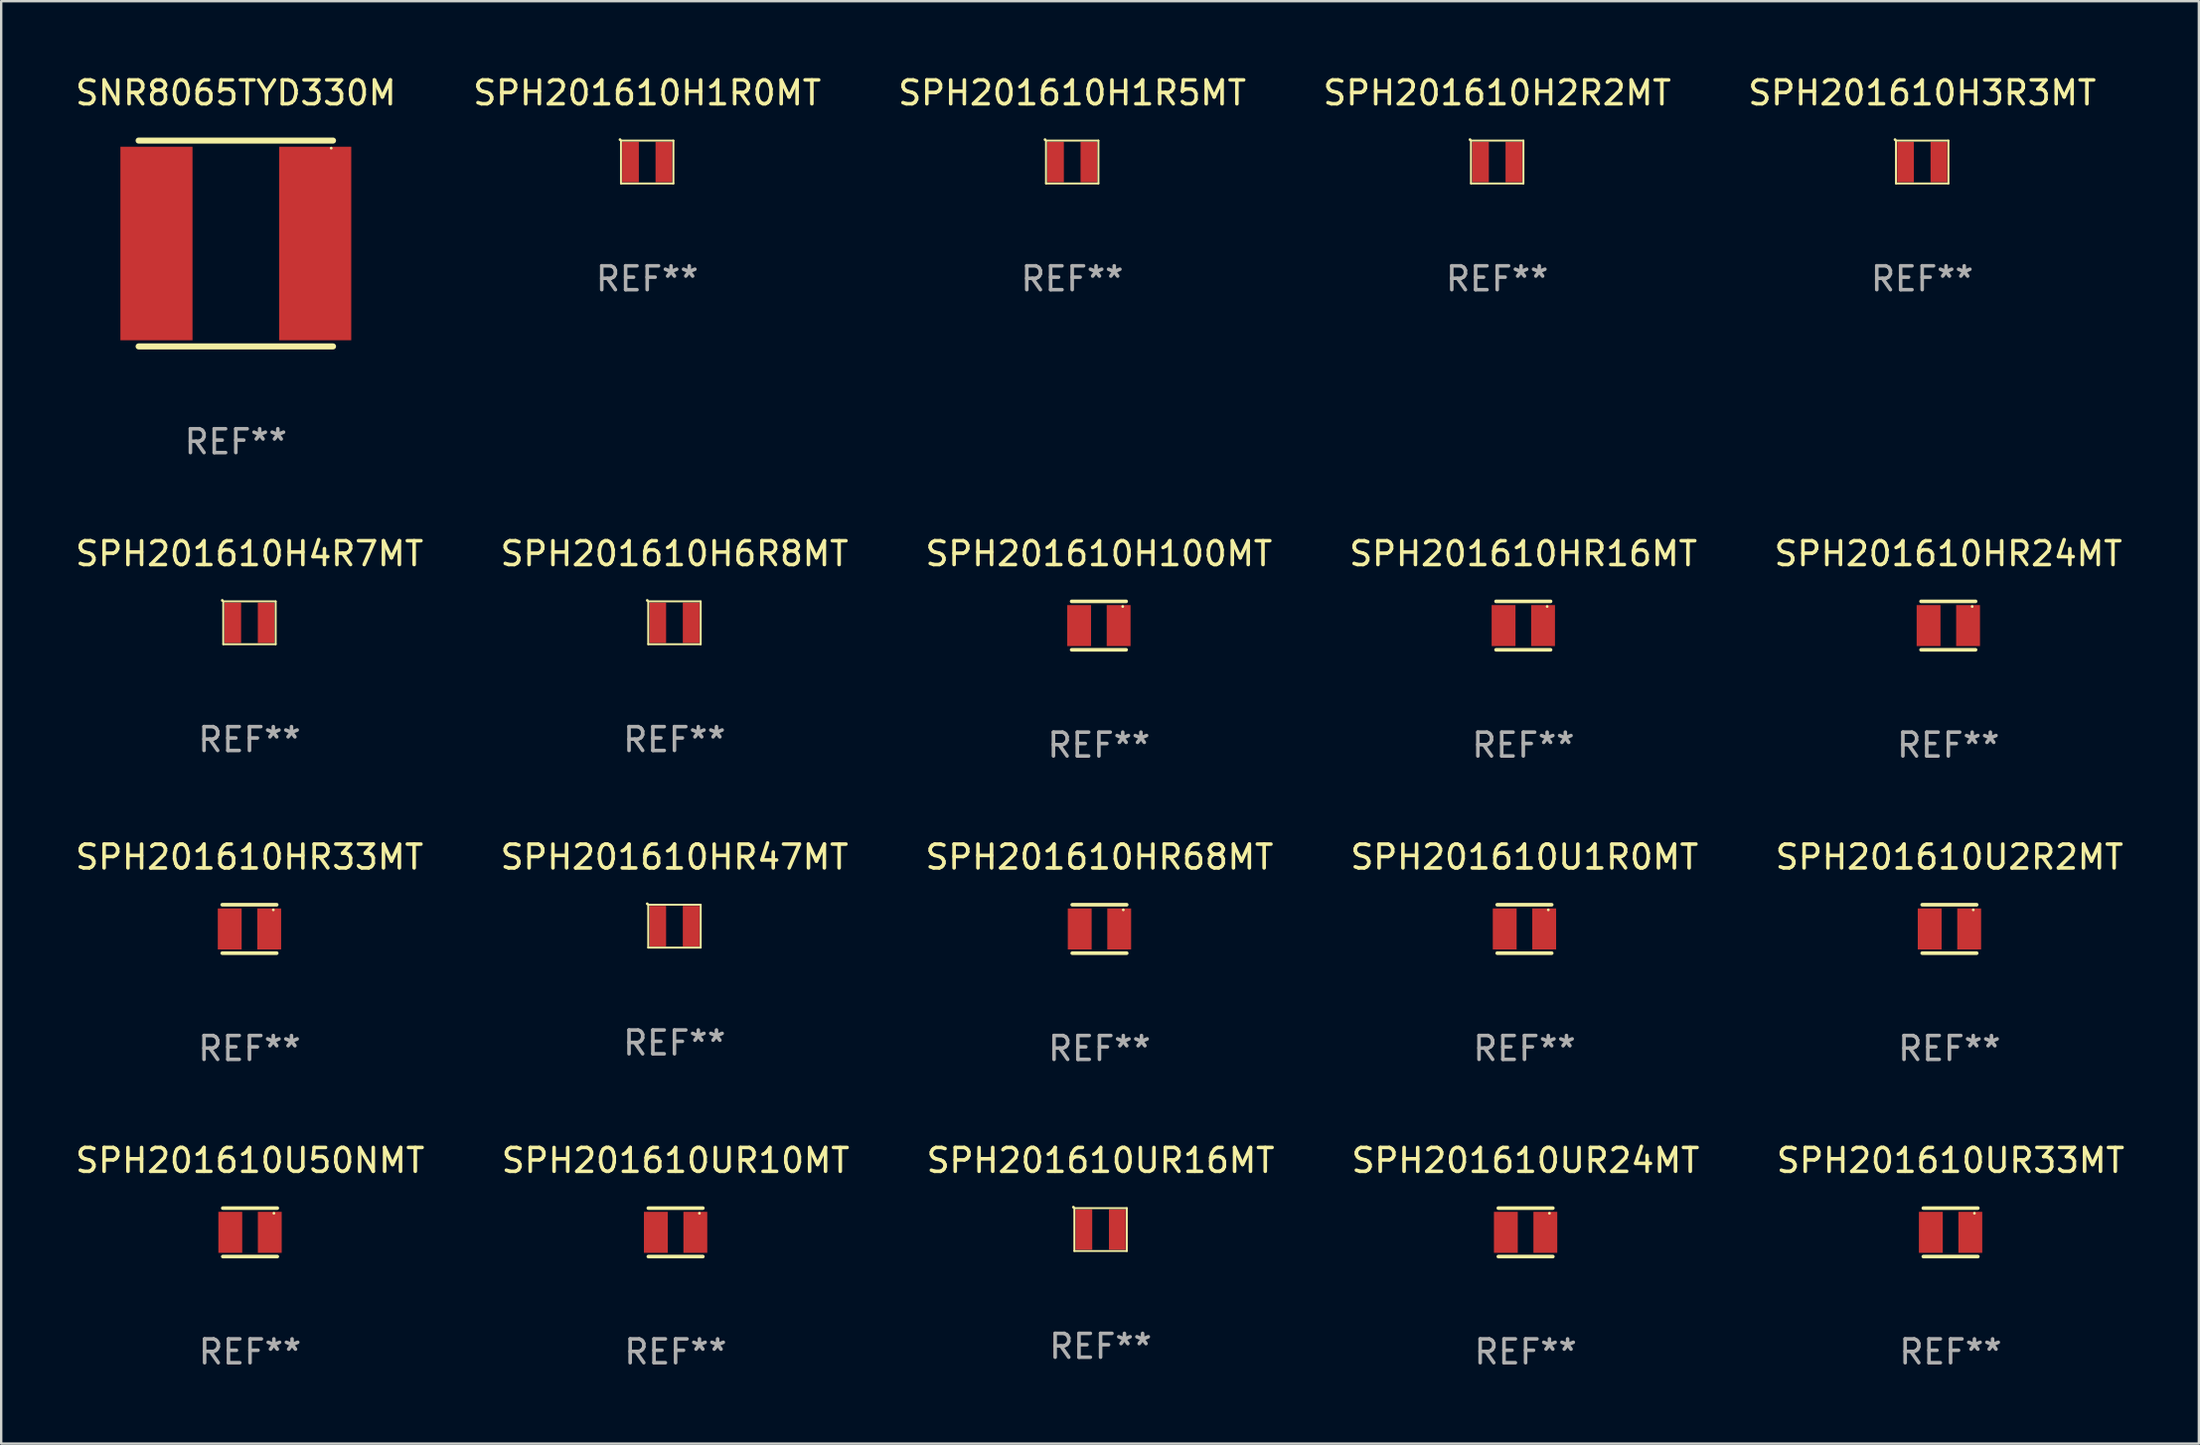
<source format=kicad_pcb>
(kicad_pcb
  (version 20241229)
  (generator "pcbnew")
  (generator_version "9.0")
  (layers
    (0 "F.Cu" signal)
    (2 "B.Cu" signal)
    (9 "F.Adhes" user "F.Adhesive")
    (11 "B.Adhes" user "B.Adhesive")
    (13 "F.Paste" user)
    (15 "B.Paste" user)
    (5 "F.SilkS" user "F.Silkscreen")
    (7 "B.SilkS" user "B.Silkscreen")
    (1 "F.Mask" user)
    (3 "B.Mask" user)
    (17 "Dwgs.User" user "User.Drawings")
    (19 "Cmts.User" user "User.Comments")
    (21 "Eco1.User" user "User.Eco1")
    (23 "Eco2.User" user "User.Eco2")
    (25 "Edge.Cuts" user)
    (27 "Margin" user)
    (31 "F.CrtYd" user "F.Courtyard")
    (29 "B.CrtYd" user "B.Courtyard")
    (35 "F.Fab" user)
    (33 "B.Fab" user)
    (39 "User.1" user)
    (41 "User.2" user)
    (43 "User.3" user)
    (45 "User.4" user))
  (footprint "SPH201610UR33MT"
    (layer "F.Cu")
    (at 78.744 48.654)
    (property "Reference" "SPH201610UR33MT" (at 0 -3.016 0) (layer "F.SilkS") (effects (font (size 1 1) (thickness 0.15))))
    (attr through_hole)
    (fp_line (start -1.143 -1.016) (end 1.143 -1.016) (stroke (width 0.152) (type solid)) (layer "F.SilkS"))
    (fp_line (start 1.143 1.016) (end -1.143 1.016) (stroke (width 0.152) (type solid)) (layer "F.SilkS"))
    (fp_circle (center 1 -0.8) (end 1.03 -0.8) (stroke (width 0.06) (type solid)) (fill no) (layer "F.SilkS"))
    (fp_text user "REF**" (at 0 5.016 0) (layer "F.Fab") (effects (font (size 1 1) (thickness 0.15))))
    (pad "1" smd rect (at 0.828 0) (size 1 1.72) (layers "F.Cu" "F.Mask" "F.Paste"))
    (pad "2" smd rect (at -0.828 0) (size 1 1.72) (layers "F.Cu" "F.Mask" "F.Paste")))
  (footprint "SPH201610H3R3MT"
    (layer "F.Cu")
    (at 77.554 3.748)
    (property "Reference" "SPH201610H3R3MT" (at 0 -2.9 0) (layer "F.SilkS") (effects (font (size 1 1) (thickness 0.15))))
    (attr through_hole)
    (fp_line (start -1.1 -0.9) (end 1.1 -0.9) (stroke (width 0.08) (type solid)) (layer "F.SilkS"))
    (fp_line (start -1.1 0.9) (end -1.1 -0.9) (stroke (width 0.08) (type solid)) (layer "F.SilkS"))
    (fp_line (start 1.1 -0.9) (end 1.1 0.9) (stroke (width 0.08) (type solid)) (layer "F.SilkS"))
    (fp_line (start 1.1 0.9) (end -1.1 0.9) (stroke (width 0.08) (type solid)) (layer "F.SilkS"))
    (fp_circle (center -1.14 -0.94) (end -1.11 -0.94) (stroke (width 0.06) (type solid)) (fill no) (layer "F.SilkS"))
    (fp_text user "REF**" (at 0 4.9 0) (layer "F.Fab") (effects (font (size 1 1) (thickness 0.15))))
    (pad "1" smd rect (at -0.7 0) (size 0.7 1.7) (layers "F.Cu" "F.Mask" "F.Paste"))
    (pad "2" smd rect (at 0.7 0.000254) (size 0.7 1.7) (layers "F.Cu" "F.Mask" "F.Paste")))
  (footprint "SPH201610HR68MT"
    (layer "F.Cu")
    (at 43.054 35.925)
    (property "Reference" "SPH201610HR68MT" (at 0 -3.016 0) (layer "F.SilkS") (effects (font (size 1 1) (thickness 0.15))))
    (attr through_hole)
    (fp_line (start -1.143 -1.016) (end 1.143 -1.016) (stroke (width 0.152) (type solid)) (layer "F.SilkS"))
    (fp_line (start 1.143 1.016) (end -1.143 1.016) (stroke (width 0.152) (type solid)) (layer "F.SilkS"))
    (fp_circle (center 1 -0.8) (end 1.03 -0.8) (stroke (width 0.06) (type solid)) (fill no) (layer "F.SilkS"))
    (fp_text user "REF**" (at 0 5.016 0) (layer "F.Fab") (effects (font (size 1 1) (thickness 0.15))))
    (pad "1" smd rect (at 0.828 0) (size 1 1.72) (layers "F.Cu" "F.Mask" "F.Paste"))
    (pad "2" smd rect (at -0.828 0) (size 1 1.72) (layers "F.Cu" "F.Mask" "F.Paste")))
  (footprint "SPH201610H1R5MT"
    (layer "F.Cu")
    (at 41.911 3.748)
    (property "Reference" "SPH201610H1R5MT" (at 0 -2.9 0) (layer "F.SilkS") (effects (font (size 1 1) (thickness 0.15))))
    (attr through_hole)
    (fp_line (start -1.1 -0.9) (end 1.1 -0.9) (stroke (width 0.08) (type solid)) (layer "F.SilkS"))
    (fp_line (start -1.1 0.9) (end -1.1 -0.9) (stroke (width 0.08) (type solid)) (layer "F.SilkS"))
    (fp_line (start 1.1 -0.9) (end 1.1 0.9) (stroke (width 0.08) (type solid)) (layer "F.SilkS"))
    (fp_line (start 1.1 0.9) (end -1.1 0.9) (stroke (width 0.08) (type solid)) (layer "F.SilkS"))
    (fp_circle (center -1.14 -0.94) (end -1.11 -0.94) (stroke (width 0.06) (type solid)) (fill no) (layer "F.SilkS"))
    (fp_text user "REF**" (at 0 4.9 0) (layer "F.Fab") (effects (font (size 1 1) (thickness 0.15))))
    (pad "1" smd rect (at -0.7 0) (size 0.7 1.7) (layers "F.Cu" "F.Mask" "F.Paste"))
    (pad "2" smd rect (at 0.7 0.000254) (size 0.7 1.7) (layers "F.Cu" "F.Mask" "F.Paste")))
  (footprint "SPH201610HR16MT"
    (layer "F.Cu")
    (at 60.827 23.197)
    (property "Reference" "SPH201610HR16MT" (at 0 -3.016 0) (layer "F.SilkS") (effects (font (size 1 1) (thickness 0.15))))
    (attr through_hole)
    (fp_line (start -1.143 -1.016) (end 1.143 -1.016) (stroke (width 0.152) (type solid)) (layer "F.SilkS"))
    (fp_line (start 1.143 1.016) (end -1.143 1.016) (stroke (width 0.152) (type solid)) (layer "F.SilkS"))
    (fp_circle (center 1 -0.8) (end 1.03 -0.8) (stroke (width 0.06) (type solid)) (fill no) (layer "F.SilkS"))
    (fp_text user "REF**" (at 0 5.016 0) (layer "F.Fab") (effects (font (size 1 1) (thickness 0.15))))
    (pad "1" smd rect (at 0.828 0) (size 1 1.72) (layers "F.Cu" "F.Mask" "F.Paste"))
    (pad "2" smd rect (at -0.828 0) (size 1 1.72) (layers "F.Cu" "F.Mask" "F.Paste")))
  (footprint "SPH201610UR24MT"
    (layer "F.Cu")
    (at 60.923 48.654)
    (property "Reference" "SPH201610UR24MT" (at 0 -3.016 0) (layer "F.SilkS") (effects (font (size 1 1) (thickness 0.15))))
    (attr through_hole)
    (fp_line (start -1.143 -1.016) (end 1.143 -1.016) (stroke (width 0.152) (type solid)) (layer "F.SilkS"))
    (fp_line (start 1.143 1.016) (end -1.143 1.016) (stroke (width 0.152) (type solid)) (layer "F.SilkS"))
    (fp_circle (center 1 -0.8) (end 1.03 -0.8) (stroke (width 0.06) (type solid)) (fill no) (layer "F.SilkS"))
    (fp_text user "REF**" (at 0 5.016 0) (layer "F.Fab") (effects (font (size 1 1) (thickness 0.15))))
    (pad "1" smd rect (at 0.828 0) (size 1 1.72) (layers "F.Cu" "F.Mask" "F.Paste"))
    (pad "2" smd rect (at -0.828 0) (size 1 1.72) (layers "F.Cu" "F.Mask" "F.Paste")))
  (footprint "SPH201610UR16MT"
    (layer "F.Cu")
    (at 43.101 48.538)
    (property "Reference" "SPH201610UR16MT" (at 0 -2.9 0) (layer "F.SilkS") (effects (font (size 1 1) (thickness 0.15))))
    (attr through_hole)
    (fp_line (start -1.1 -0.9) (end 1.1 -0.9) (stroke (width 0.08) (type solid)) (layer "F.SilkS"))
    (fp_line (start -1.1 0.9) (end -1.1 -0.9) (stroke (width 0.08) (type solid)) (layer "F.SilkS"))
    (fp_line (start 1.1 -0.9) (end 1.1 0.9) (stroke (width 0.08) (type solid)) (layer "F.SilkS"))
    (fp_line (start 1.1 0.9) (end -1.1 0.9) (stroke (width 0.08) (type solid)) (layer "F.SilkS"))
    (fp_circle (center -1.14 -0.94) (end -1.11 -0.94) (stroke (width 0.06) (type solid)) (fill no) (layer "F.SilkS"))
    (fp_text user "REF**" (at 0 4.9 0) (layer "F.Fab") (effects (font (size 1 1) (thickness 0.15))))
    (pad "1" smd rect (at -0.7 0) (size 0.7 1.7) (layers "F.Cu" "F.Mask" "F.Paste"))
    (pad "2" smd rect (at 0.7 0.000254) (size 0.7 1.7) (layers "F.Cu" "F.Mask" "F.Paste")))
  (footprint "SPH201610U50NMT"
    (layer "F.Cu")
    (at 7.435 48.654)
    (property "Reference" "SPH201610U50NMT" (at 0 -3.016 0) (layer "F.SilkS") (effects (font (size 1 1) (thickness 0.15))))
    (attr through_hole)
    (fp_line (start -1.143 -1.016) (end 1.143 -1.016) (stroke (width 0.152) (type solid)) (layer "F.SilkS"))
    (fp_line (start 1.143 1.016) (end -1.143 1.016) (stroke (width 0.152) (type solid)) (layer "F.SilkS"))
    (fp_circle (center 1 -0.8) (end 1.03 -0.8) (stroke (width 0.06) (type solid)) (fill no) (layer "F.SilkS"))
    (fp_text user "REF**" (at 0 5.016 0) (layer "F.Fab") (effects (font (size 1 1) (thickness 0.15))))
    (pad "1" smd rect (at 0.828 0) (size 1 1.72) (layers "F.Cu" "F.Mask" "F.Paste"))
    (pad "2" smd rect (at -0.828 0) (size 1 1.72) (layers "F.Cu" "F.Mask" "F.Paste")))
  (footprint "SPH201610U1R0MT"
    (layer "F.Cu")
    (at 60.875 35.925)
    (property "Reference" "SPH201610U1R0MT" (at 0 -3.016 0) (layer "F.SilkS") (effects (font (size 1 1) (thickness 0.15))))
    (attr through_hole)
    (fp_line (start -1.143 -1.016) (end 1.143 -1.016) (stroke (width 0.152) (type solid)) (layer "F.SilkS"))
    (fp_line (start 1.143 1.016) (end -1.143 1.016) (stroke (width 0.152) (type solid)) (layer "F.SilkS"))
    (fp_circle (center 1 -0.8) (end 1.03 -0.8) (stroke (width 0.06) (type solid)) (fill no) (layer "F.SilkS"))
    (fp_text user "REF**" (at 0 5.016 0) (layer "F.Fab") (effects (font (size 1 1) (thickness 0.15))))
    (pad "1" smd rect (at 0.828 0) (size 1 1.72) (layers "F.Cu" "F.Mask" "F.Paste"))
    (pad "2" smd rect (at -0.828 0) (size 1 1.72) (layers "F.Cu" "F.Mask" "F.Paste")))
  (footprint "SPH201610H4R7MT"
    (layer "F.Cu")
    (at 7.411 23.081)
    (property "Reference" "SPH201610H4R7MT" (at 0 -2.9 0) (layer "F.SilkS") (effects (font (size 1 1) (thickness 0.15))))
    (attr through_hole)
    (fp_line (start -1.1 -0.9) (end 1.1 -0.9) (stroke (width 0.08) (type solid)) (layer "F.SilkS"))
    (fp_line (start -1.1 0.9) (end -1.1 -0.9) (stroke (width 0.08) (type solid)) (layer "F.SilkS"))
    (fp_line (start 1.1 -0.9) (end 1.1 0.9) (stroke (width 0.08) (type solid)) (layer "F.SilkS"))
    (fp_line (start 1.1 0.9) (end -1.1 0.9) (stroke (width 0.08) (type solid)) (layer "F.SilkS"))
    (fp_circle (center -1.14 -0.94) (end -1.11 -0.94) (stroke (width 0.06) (type solid)) (fill no) (layer "F.SilkS"))
    (fp_text user "REF**" (at 0 4.9 0) (layer "F.Fab") (effects (font (size 1 1) (thickness 0.15))))
    (pad "1" smd rect (at -0.7 0) (size 0.7 1.7) (layers "F.Cu" "F.Mask" "F.Paste"))
    (pad "2" smd rect (at 0.7 0.000254) (size 0.7 1.7) (layers "F.Cu" "F.Mask" "F.Paste")))
  (footprint "SPH201610H2R2MT"
    (layer "F.Cu")
    (at 59.732 3.748)
    (property "Reference" "SPH201610H2R2MT" (at 0 -2.9 0) (layer "F.SilkS") (effects (font (size 1 1) (thickness 0.15))))
    (attr through_hole)
    (fp_line (start -1.1 -0.9) (end 1.1 -0.9) (stroke (width 0.08) (type solid)) (layer "F.SilkS"))
    (fp_line (start -1.1 0.9) (end -1.1 -0.9) (stroke (width 0.08) (type solid)) (layer "F.SilkS"))
    (fp_line (start 1.1 -0.9) (end 1.1 0.9) (stroke (width 0.08) (type solid)) (layer "F.SilkS"))
    (fp_line (start 1.1 0.9) (end -1.1 0.9) (stroke (width 0.08) (type solid)) (layer "F.SilkS"))
    (fp_circle (center -1.14 -0.94) (end -1.11 -0.94) (stroke (width 0.06) (type solid)) (fill no) (layer "F.SilkS"))
    (fp_text user "REF**" (at 0 4.9 0) (layer "F.Fab") (effects (font (size 1 1) (thickness 0.15))))
    (pad "1" smd rect (at -0.7 0) (size 0.7 1.7) (layers "F.Cu" "F.Mask" "F.Paste"))
    (pad "2" smd rect (at 0.7 0.000254) (size 0.7 1.7) (layers "F.Cu" "F.Mask" "F.Paste")))
  (footprint "SPH201610HR24MT"
    (layer "F.Cu")
    (at 78.649 23.197)
    (property "Reference" "SPH201610HR24MT" (at 0 -3.016 0) (layer "F.SilkS") (effects (font (size 1 1) (thickness 0.15))))
    (attr through_hole)
    (fp_line (start -1.143 -1.016) (end 1.143 -1.016) (stroke (width 0.152) (type solid)) (layer "F.SilkS"))
    (fp_line (start 1.143 1.016) (end -1.143 1.016) (stroke (width 0.152) (type solid)) (layer "F.SilkS"))
    (fp_circle (center 1 -0.8) (end 1.03 -0.8) (stroke (width 0.06) (type solid)) (fill no) (layer "F.SilkS"))
    (fp_text user "REF**" (at 0 5.016 0) (layer "F.Fab") (effects (font (size 1 1) (thickness 0.15))))
    (pad "1" smd rect (at 0.828 0) (size 1 1.72) (layers "F.Cu" "F.Mask" "F.Paste"))
    (pad "2" smd rect (at -0.828 0) (size 1 1.72) (layers "F.Cu" "F.Mask" "F.Paste")))
  (footprint "SPH201610U2R2MT"
    (layer "F.Cu")
    (at 78.696 35.925)
    (property "Reference" "SPH201610U2R2MT" (at 0 -3.016 0) (layer "F.SilkS") (effects (font (size 1 1) (thickness 0.15))))
    (attr through_hole)
    (fp_line (start -1.143 -1.016) (end 1.143 -1.016) (stroke (width 0.152) (type solid)) (layer "F.SilkS"))
    (fp_line (start 1.143 1.016) (end -1.143 1.016) (stroke (width 0.152) (type solid)) (layer "F.SilkS"))
    (fp_circle (center 1 -0.8) (end 1.03 -0.8) (stroke (width 0.06) (type solid)) (fill no) (layer "F.SilkS"))
    (fp_text user "REF**" (at 0 5.016 0) (layer "F.Fab") (effects (font (size 1 1) (thickness 0.15))))
    (pad "1" smd rect (at 0.828 0) (size 1 1.72) (layers "F.Cu" "F.Mask" "F.Paste"))
    (pad "2" smd rect (at -0.828 0) (size 1 1.72) (layers "F.Cu" "F.Mask" "F.Paste")))
  (footprint "SPH201610H100MT"
    (layer "F.Cu")
    (at 43.03 23.197)
    (property "Reference" "SPH201610H100MT" (at 0 -3.016 0) (layer "F.SilkS") (effects (font (size 1 1) (thickness 0.15))))
    (attr through_hole)
    (fp_line (start -1.143 -1.016) (end 1.143 -1.016) (stroke (width 0.152) (type solid)) (layer "F.SilkS"))
    (fp_line (start 1.143 1.016) (end -1.143 1.016) (stroke (width 0.152) (type solid)) (layer "F.SilkS"))
    (fp_circle (center 1 -0.8) (end 1.03 -0.8) (stroke (width 0.06) (type solid)) (fill no) (layer "F.SilkS"))
    (fp_text user "REF**" (at 0 5.016 0) (layer "F.Fab") (effects (font (size 1 1) (thickness 0.15))))
    (pad "1" smd rect (at 0.828 0) (size 1 1.72) (layers "F.Cu" "F.Mask" "F.Paste"))
    (pad "2" smd rect (at -0.828 0) (size 1 1.72) (layers "F.Cu" "F.Mask" "F.Paste")))
  (footprint "SPH201610HR33MT"
    (layer "F.Cu")
    (at 7.411 35.925)
    (property "Reference" "SPH201610HR33MT" (at 0 -3.016 0) (layer "F.SilkS") (effects (font (size 1 1) (thickness 0.15))))
    (attr through_hole)
    (fp_line (start -1.143 -1.016) (end 1.143 -1.016) (stroke (width 0.152) (type solid)) (layer "F.SilkS"))
    (fp_line (start 1.143 1.016) (end -1.143 1.016) (stroke (width 0.152) (type solid)) (layer "F.SilkS"))
    (fp_circle (center 1 -0.8) (end 1.03 -0.8) (stroke (width 0.06) (type solid)) (fill no) (layer "F.SilkS"))
    (fp_text user "REF**" (at 0 5.016 0) (layer "F.Fab") (effects (font (size 1 1) (thickness 0.15))))
    (pad "1" smd rect (at 0.828 0) (size 1 1.72) (layers "F.Cu" "F.Mask" "F.Paste"))
    (pad "2" smd rect (at -0.828 0) (size 1 1.72) (layers "F.Cu" "F.Mask" "F.Paste")))
  (footprint "SPH201610UR10MT"
    (layer "F.Cu")
    (at 25.28 48.654)
    (property "Reference" "SPH201610UR10MT" (at 0 -3.016 0) (layer "F.SilkS") (effects (font (size 1 1) (thickness 0.15))))
    (attr through_hole)
    (fp_line (start -1.143 -1.016) (end 1.143 -1.016) (stroke (width 0.152) (type solid)) (layer "F.SilkS"))
    (fp_line (start 1.143 1.016) (end -1.143 1.016) (stroke (width 0.152) (type solid)) (layer "F.SilkS"))
    (fp_circle (center 1 -0.8) (end 1.03 -0.8) (stroke (width 0.06) (type solid)) (fill no) (layer "F.SilkS"))
    (fp_text user "REF**" (at 0 5.016 0) (layer "F.Fab") (effects (font (size 1 1) (thickness 0.15))))
    (pad "1" smd rect (at 0.828 0) (size 1 1.72) (layers "F.Cu" "F.Mask" "F.Paste"))
    (pad "2" smd rect (at -0.828 0) (size 1 1.72) (layers "F.Cu" "F.Mask" "F.Paste")))
  (footprint "SPH201610H1R0MT"
    (layer "F.Cu")
    (at 24.089 3.748)
    (property "Reference" "SPH201610H1R0MT" (at 0 -2.9 0) (layer "F.SilkS") (effects (font (size 1 1) (thickness 0.15))))
    (attr through_hole)
    (fp_line (start -1.1 -0.9) (end 1.1 -0.9) (stroke (width 0.08) (type solid)) (layer "F.SilkS"))
    (fp_line (start -1.1 0.9) (end -1.1 -0.9) (stroke (width 0.08) (type solid)) (layer "F.SilkS"))
    (fp_line (start 1.1 -0.9) (end 1.1 0.9) (stroke (width 0.08) (type solid)) (layer "F.SilkS"))
    (fp_line (start 1.1 0.9) (end -1.1 0.9) (stroke (width 0.08) (type solid)) (layer "F.SilkS"))
    (fp_circle (center -1.14 -0.94) (end -1.11 -0.94) (stroke (width 0.06) (type solid)) (fill no) (layer "F.SilkS"))
    (fp_text user "REF**" (at 0 4.9 0) (layer "F.Fab") (effects (font (size 1 1) (thickness 0.15))))
    (pad "1" smd rect (at -0.7 0) (size 0.7 1.7) (layers "F.Cu" "F.Mask" "F.Paste"))
    (pad "2" smd rect (at 0.7 0.000254) (size 0.7 1.7) (layers "F.Cu" "F.Mask" "F.Paste")))
  (footprint "SPH201610HR47MT"
    (layer "F.Cu")
    (at 25.232 35.809)
    (property "Reference" "SPH201610HR47MT" (at 0 -2.9 0) (layer "F.SilkS") (effects (font (size 1 1) (thickness 0.15))))
    (attr through_hole)
    (fp_line (start -1.1 -0.9) (end 1.1 -0.9) (stroke (width 0.08) (type solid)) (layer "F.SilkS"))
    (fp_line (start -1.1 0.9) (end -1.1 -0.9) (stroke (width 0.08) (type solid)) (layer "F.SilkS"))
    (fp_line (start 1.1 -0.9) (end 1.1 0.9) (stroke (width 0.08) (type solid)) (layer "F.SilkS"))
    (fp_line (start 1.1 0.9) (end -1.1 0.9) (stroke (width 0.08) (type solid)) (layer "F.SilkS"))
    (fp_circle (center -1.14 -0.94) (end -1.11 -0.94) (stroke (width 0.06) (type solid)) (fill no) (layer "F.SilkS"))
    (fp_text user "REF**" (at 0 4.9 0) (layer "F.Fab") (effects (font (size 1 1) (thickness 0.15))))
    (pad "1" smd rect (at -0.7 0) (size 0.7 1.7) (layers "F.Cu" "F.Mask" "F.Paste"))
    (pad "2" smd rect (at 0.7 0.000254) (size 0.7 1.7) (layers "F.Cu" "F.Mask" "F.Paste")))
  (footprint "SPH201610H6R8MT"
    (layer "F.Cu")
    (at 25.232 23.081)
    (property "Reference" "SPH201610H6R8MT" (at 0 -2.9 0) (layer "F.SilkS") (effects (font (size 1 1) (thickness 0.15))))
    (attr through_hole)
    (fp_line (start -1.1 -0.9) (end 1.1 -0.9) (stroke (width 0.08) (type solid)) (layer "F.SilkS"))
    (fp_line (start -1.1 0.9) (end -1.1 -0.9) (stroke (width 0.08) (type solid)) (layer "F.SilkS"))
    (fp_line (start 1.1 -0.9) (end 1.1 0.9) (stroke (width 0.08) (type solid)) (layer "F.SilkS"))
    (fp_line (start 1.1 0.9) (end -1.1 0.9) (stroke (width 0.08) (type solid)) (layer "F.SilkS"))
    (fp_circle (center -1.14 -0.94) (end -1.11 -0.94) (stroke (width 0.06) (type solid)) (fill no) (layer "F.SilkS"))
    (fp_text user "REF**" (at 0 4.9 0) (layer "F.Fab") (effects (font (size 1 1) (thickness 0.15))))
    (pad "1" smd rect (at -0.7 0) (size 0.7 1.7) (layers "F.Cu" "F.Mask" "F.Paste"))
    (pad "2" smd rect (at 0.7 0.000254) (size 0.7 1.7) (layers "F.Cu" "F.Mask" "F.Paste")))
  (footprint "SNR8065TYD330M"
    (layer "F.Cu")
    (at 6.839 7.166)
    (property "Reference" "SNR8065TYD330M" (at 0 -6.318 0) (layer "F.SilkS") (effects (font (size 1 1) (thickness 0.15))))
    (attr through_hole)
    (fp_line (start -4.076 -4.318) (end 4.076 -4.318) (stroke (width 0.254) (type solid)) (layer "F.SilkS"))
    (fp_line (start -4.076 4.318) (end 4.076 4.318) (stroke (width 0.254) (type solid)) (layer "F.SilkS"))
    (fp_circle (center 4 -4) (end 4.03 -4) (stroke (width 0.06) (type solid)) (fill no) (layer "F.SilkS"))
    (fp_text user "REF**" (at 0 8.318 0) (layer "F.Fab") (effects (font (size 1 1) (thickness 0.15))))
    (pad "1" smd rect (at 3.328 0) (size 3.024 8.12) (layers "F.Cu" "F.Mask" "F.Paste"))
    (pad "2" smd rect (at -3.328 0) (size 3.024 8.12) (layers "F.Cu" "F.Mask" "F.Paste")))
  (gr_rect
    (start -3 -3)
    (end 89.155 57.518)
    (stroke (width 0.1) (type default))
    (fill no)
    (layer "Edge.Cuts")))
</source>
